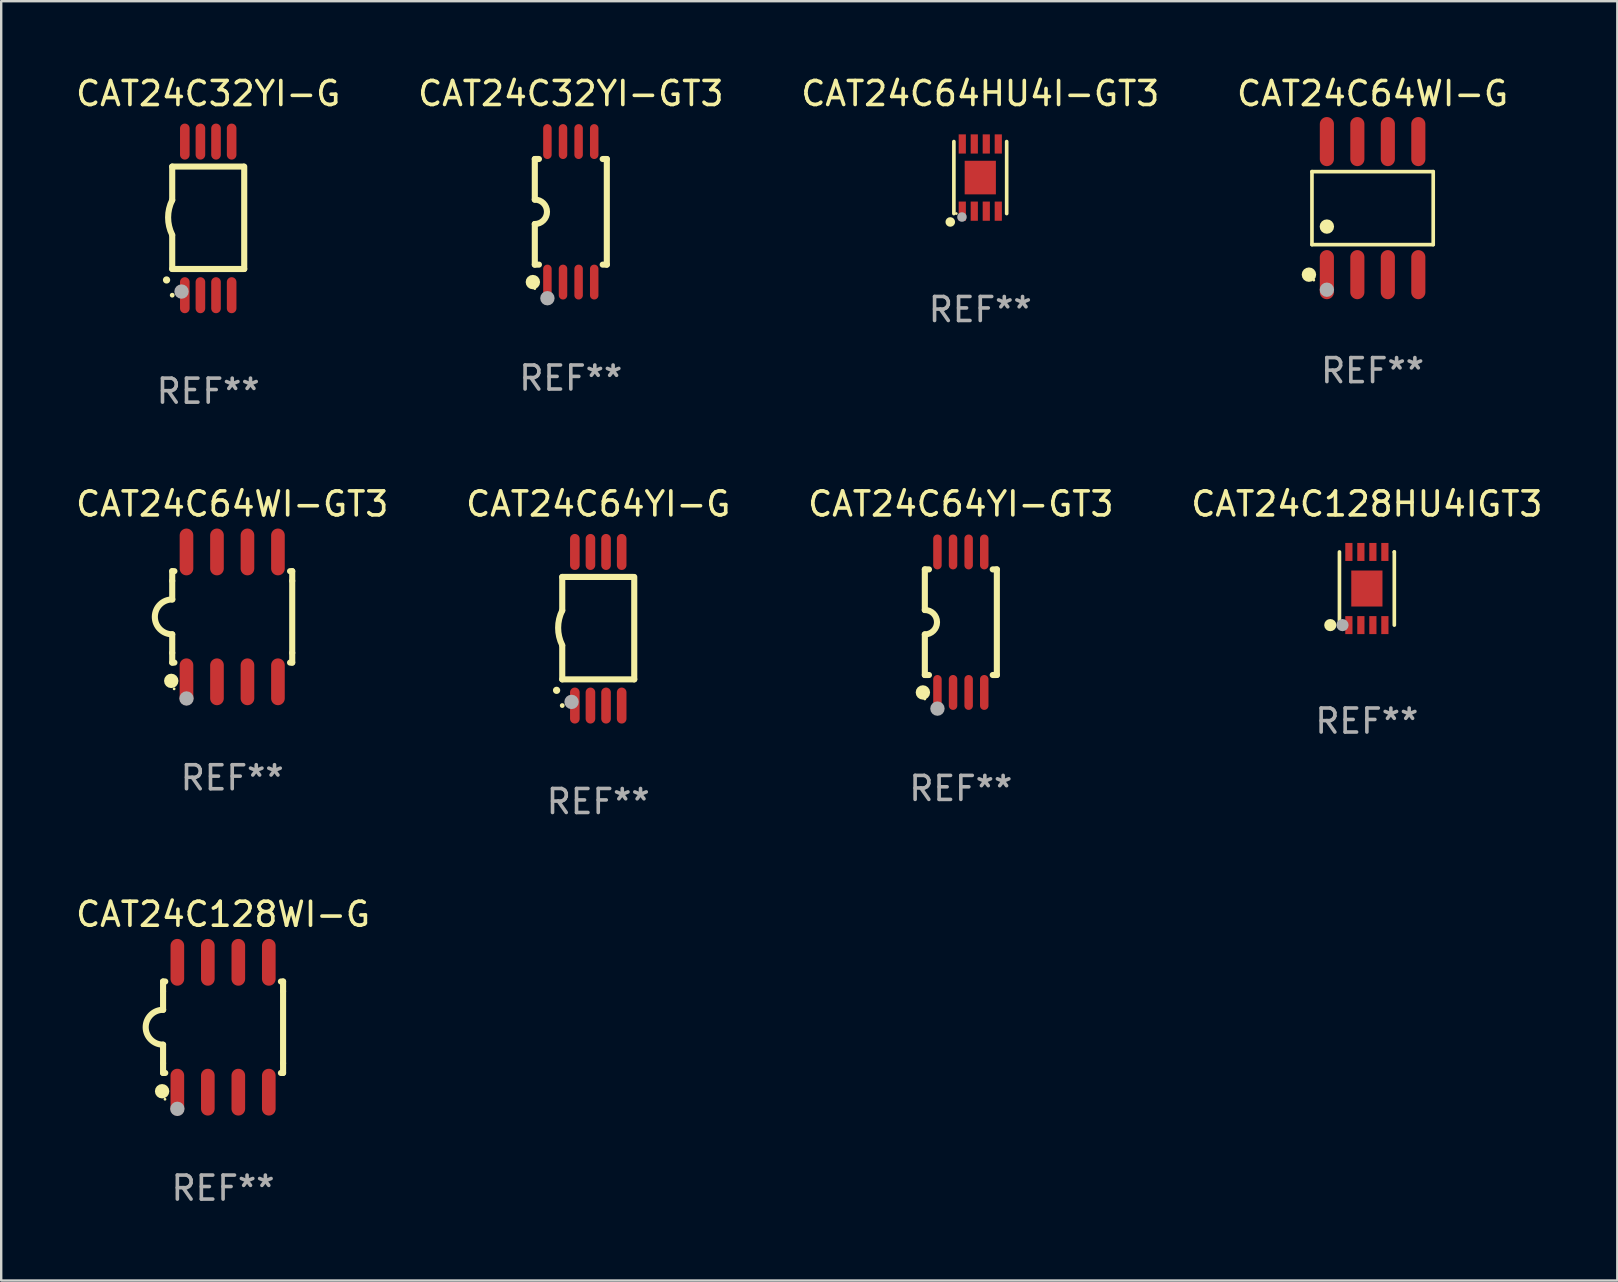
<source format=kicad_pcb>
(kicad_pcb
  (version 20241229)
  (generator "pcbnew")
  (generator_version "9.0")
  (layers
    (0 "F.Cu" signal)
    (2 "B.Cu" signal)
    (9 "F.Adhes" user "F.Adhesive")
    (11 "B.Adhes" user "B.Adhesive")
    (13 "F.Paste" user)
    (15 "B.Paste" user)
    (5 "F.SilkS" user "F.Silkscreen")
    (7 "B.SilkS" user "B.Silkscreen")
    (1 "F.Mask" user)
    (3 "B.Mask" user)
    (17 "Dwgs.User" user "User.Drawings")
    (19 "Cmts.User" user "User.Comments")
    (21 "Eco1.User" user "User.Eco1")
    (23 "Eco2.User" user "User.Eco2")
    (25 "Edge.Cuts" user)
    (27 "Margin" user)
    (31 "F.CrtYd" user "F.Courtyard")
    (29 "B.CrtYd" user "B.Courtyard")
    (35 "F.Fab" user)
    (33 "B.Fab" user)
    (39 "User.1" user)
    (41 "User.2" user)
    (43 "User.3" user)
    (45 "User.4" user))
  (footprint "CAT24C64WI-GT3"
    (layer "F.Cu")
    (at 6.625 22.651)
    (property "Reference" "CAT24C64WI-GT3" (at 0 -4.705 0) (layer "F.SilkS") (effects (font (size 1 1) (thickness 0.15))))
    (attr through_hole)
    (fp_line (start -2.5 -1.905) (end -2.409 -1.905) (stroke (width 0.254) (type solid)) (layer "F.SilkS"))
    (fp_line (start -2.5 -1.5) (end -2.5 -1.905) (stroke (width 0.254) (type solid)) (layer "F.SilkS"))
    (fp_line (start -2.5 -1.5) (end -2.5 -0.726) (stroke (width 0.254) (type solid)) (layer "F.SilkS"))
    (fp_line (start -2.5 1.5) (end -2.5 0.727) (stroke (width 0.254) (type solid)) (layer "F.SilkS"))
    (fp_line (start -2.5 1.5) (end -2.5 1.905) (stroke (width 0.254) (type solid)) (layer "F.SilkS"))
    (fp_line (start -2.5 1.905) (end -2.409 1.905) (stroke (width 0.254) (type solid)) (layer "F.SilkS"))
    (fp_line (start 2.5 -1.905) (end 2.409 -1.905) (stroke (width 0.254) (type solid)) (layer "F.SilkS"))
    (fp_line (start 2.5 -1.5) (end 2.5 -1.905) (stroke (width 0.254) (type solid)) (layer "F.SilkS"))
    (fp_line (start 2.5 -1.5) (end 2.5 1.5) (stroke (width 0.254) (type solid)) (layer "F.SilkS"))
    (fp_line (start 2.5 1.5) (end 2.5 1.905) (stroke (width 0.254) (type solid)) (layer "F.SilkS"))
    (fp_line (start 2.5 1.905) (end 2.409 1.905) (stroke (width 0.254) (type solid)) (layer "F.SilkS"))
    (fp_arc (start -2.5 0.726568) (mid -3.220316 -0.0023) (end -2.495097 -0.726289) (stroke (width 0.254001) (type solid)) (layer "F.SilkS"))
    (fp_circle (center -2.54 2.667) (end -2.39 2.667) (stroke (width 0.3) (type solid)) (fill no) (layer "F.SilkS"))
    (fp_circle (center -2.42 3) (end -2.39 3) (stroke (width 0.06) (type solid)) (fill no) (layer "F.SilkS"))
    (fp_circle (center -1.905 3.4) (end -1.755 3.4) (stroke (width 0.3) (type solid)) (fill no) (layer "F.Fab"))
    (fp_text user "REF**" (at 0 6.705 0) (layer "F.Fab") (effects (font (size 1 1) (thickness 0.15))))
    (pad "1" smd oval (at -1.905 2.705) (size 0.568 1.95) (layers "F.Cu" "F.Mask" "F.Paste"))
    (pad "2" smd oval (at -0.635 2.705) (size 0.568 1.95) (layers "F.Cu" "F.Mask" "F.Paste"))
    (pad "3" smd oval (at 0.635 2.705) (size 0.568 1.95) (layers "F.Cu" "F.Mask" "F.Paste"))
    (pad "4" smd oval (at 1.905 2.705) (size 0.568 1.95) (layers "F.Cu" "F.Mask" "F.Paste"))
    (pad "5" smd oval (at 1.905 -2.705) (size 0.568 1.95) (layers "F.Cu" "F.Mask" "F.Paste"))
    (pad "6" smd oval (at 0.635 -2.705) (size 0.568 1.95) (layers "F.Cu" "F.Mask" "F.Paste"))
    (pad "7" smd oval (at -0.635 -2.705) (size 0.568 1.95) (layers "F.Cu" "F.Mask" "F.Paste"))
    (pad "8" smd oval (at -1.905 -2.705) (size 0.568 1.95) (layers "F.Cu" "F.Mask" "F.Paste")))
  (footprint "CAT24C128HU4IGT3"
    (layer "F.Cu")
    (at 53.899 21.47)
    (property "Reference" "CAT24C128HU4IGT3" (at 0 -3.524 0) (layer "F.SilkS") (effects (font (size 1 1) (thickness 0.15))))
    (attr through_hole)
    (fp_line (start -1.143 1.524) (end -1.143 1.524) (stroke (width 0.152) (type solid)) (layer "F.SilkS"))
    (fp_line (start -1.143 1.524) (end -1.143 -1.524) (stroke (width 0.152) (type solid)) (layer "F.SilkS"))
    (fp_line (start 1.143 -1.524) (end 1.143 1.524) (stroke (width 0.152) (type solid)) (layer "F.SilkS"))
    (fp_line (start 1.143 -1.524) (end 1.143 -1.524) (stroke (width 0.152) (type solid)) (layer "F.SilkS"))
    (fp_circle (center -1.524 1.524) (end -1.397 1.524) (stroke (width 0.254) (type solid)) (fill no) (layer "F.SilkS"))
    (fp_circle (center -1 1.5) (end -0.97 1.5) (stroke (width 0.06) (type solid)) (fill no) (layer "F.SilkS"))
    (fp_circle (center -1.016 1.524) (end -0.889 1.524) (stroke (width 0.254) (type solid)) (fill no) (layer "F.Fab"))
    (fp_text user "REF**" (at 0 5.524 0) (layer "F.Fab") (effects (font (size 1 1) (thickness 0.15))))
    (pad "1" smd rect (at -0.75 1.524) (size 0.3 0.75) (layers "F.Cu" "F.Mask" "F.Paste"))
    (pad "2" smd rect (at -0.25 1.524) (size 0.3 0.75) (layers "F.Cu" "F.Mask" "F.Paste"))
    (pad "3" smd rect (at 0.25 1.524) (size 0.3 0.75) (layers "F.Cu" "F.Mask" "F.Paste"))
    (pad "4" smd rect (at 0.75 1.524) (size 0.3 0.75) (layers "F.Cu" "F.Mask" "F.Paste"))
    (pad "5" smd rect (at 0.75 -1.524) (size 0.3 0.75) (layers "F.Cu" "F.Mask" "F.Paste"))
    (pad "6" smd rect (at 0.25 -1.524) (size 0.3 0.75) (layers "F.Cu" "F.Mask" "F.Paste"))
    (pad "7" smd rect (at -0.25 -1.524) (size 0.3 0.75) (layers "F.Cu" "F.Mask" "F.Paste"))
    (pad "8" smd rect (at -0.75 -1.524) (size 0.3 0.75) (layers "F.Cu" "F.Mask" "F.Paste"))
    (pad "9" smd rect (at -0.000254 0) (size 1.3 1.5) (layers "F.Cu" "F.Mask" "F.Paste")))
  (footprint "CAT24C64YI-G"
    (layer "F.Cu")
    (at 21.875 23.146)
    (property "Reference" "CAT24C64YI-G" (at 0 -5.2 0) (layer "F.SilkS") (effects (font (size 1 1) (thickness 0.15))))
    (attr through_hole)
    (fp_line (start -1.5 -0.762) (end -1.5 -2.159) (stroke (width 0.254) (type solid)) (layer "F.SilkS"))
    (fp_line (start -1.5 2.108) (end -1.5 0.711) (stroke (width 0.254) (type solid)) (layer "F.SilkS"))
    (fp_line (start -1.5 2.108) (end 1.5 2.108) (stroke (width 0.254) (type solid)) (layer "F.SilkS"))
    (fp_line (start 1.463 -2.159) (end -1.5 -2.159) (stroke (width 0.254) (type solid)) (layer "F.SilkS"))
    (fp_line (start 1.5 2.108) (end 1.5 -2.159) (stroke (width 0.254) (type solid)) (layer "F.SilkS"))
    (fp_arc (start -1.737287 2.565405) (mid -1.736017 2.5654) (end -1.734747 2.565405) (stroke (width 0.3) (type solid)) (layer "F.SilkS"))
    (fp_arc (start -1.500076 0.685801) (mid -1.670966 -0.0381) (end -1.500076 -0.762002) (stroke (width 0.254001) (type solid)) (layer "F.SilkS"))
    (fp_circle (center -1.5 3.2) (end -1.45 3.2) (stroke (width 0.1) (type solid)) (fill no) (layer "F.SilkS"))
    (fp_circle (center -1.112 3.048) (end -0.962 3.048) (stroke (width 0.3) (type solid)) (fill no) (layer "F.Fab"))
    (fp_text user "REF**" (at 0 7.2 0) (layer "F.Fab") (effects (font (size 1 1) (thickness 0.15))))
    (pad "1" smd oval (at -0.975 3.2 180) (size 0.4 1.5) (layers "F.Cu" "F.Mask" "F.Paste"))
    (pad "2" smd oval (at -0.325 3.2 180) (size 0.4 1.5) (layers "F.Cu" "F.Mask" "F.Paste"))
    (pad "3" smd oval (at 0.325 3.2 180) (size 0.4 1.5) (layers "F.Cu" "F.Mask" "F.Paste"))
    (pad "4" smd oval (at 0.976 3.2 180) (size 0.4 1.5) (layers "F.Cu" "F.Mask" "F.Paste"))
    (pad "5" smd oval (at 0.976 -3.2 180) (size 0.4 1.5) (layers "F.Cu" "F.Mask" "F.Paste"))
    (pad "6" smd oval (at 0.325 -3.2 180) (size 0.4 1.5) (layers "F.Cu" "F.Mask" "F.Paste"))
    (pad "7" smd oval (at -0.325 -3.2 180) (size 0.4 1.5) (layers "F.Cu" "F.Mask" "F.Paste"))
    (pad "8" smd oval (at -0.975 -3.2 180) (size 0.4 1.5) (layers "F.Cu" "F.Mask" "F.Paste")))
  (footprint "CAT24C32YI-G"
    (layer "F.Cu")
    (at 5.625 6.049)
    (property "Reference" "CAT24C32YI-G" (at 0 -5.2 0) (layer "F.SilkS") (effects (font (size 1 1) (thickness 0.15))))
    (attr through_hole)
    (fp_line (start -1.5 -0.762) (end -1.5 -2.159) (stroke (width 0.254) (type solid)) (layer "F.SilkS"))
    (fp_line (start -1.5 2.108) (end -1.5 0.711) (stroke (width 0.254) (type solid)) (layer "F.SilkS"))
    (fp_line (start -1.5 2.108) (end 1.5 2.108) (stroke (width 0.254) (type solid)) (layer "F.SilkS"))
    (fp_line (start 1.463 -2.159) (end -1.5 -2.159) (stroke (width 0.254) (type solid)) (layer "F.SilkS"))
    (fp_line (start 1.5 2.108) (end 1.5 -2.159) (stroke (width 0.254) (type solid)) (layer "F.SilkS"))
    (fp_arc (start -1.737287 2.565405) (mid -1.736017 2.5654) (end -1.734747 2.565405) (stroke (width 0.3) (type solid)) (layer "F.SilkS"))
    (fp_arc (start -1.500076 0.685801) (mid -1.670966 -0.0381) (end -1.500076 -0.762002) (stroke (width 0.254001) (type solid)) (layer "F.SilkS"))
    (fp_circle (center -1.5 3.2) (end -1.45 3.2) (stroke (width 0.1) (type solid)) (fill no) (layer "F.SilkS"))
    (fp_circle (center -1.112 3.048) (end -0.962 3.048) (stroke (width 0.3) (type solid)) (fill no) (layer "F.Fab"))
    (fp_text user "REF**" (at 0 7.2 0) (layer "F.Fab") (effects (font (size 1 1) (thickness 0.15))))
    (pad "1" smd oval (at -0.975 3.2 180) (size 0.4 1.5) (layers "F.Cu" "F.Mask" "F.Paste"))
    (pad "2" smd oval (at -0.325 3.2 180) (size 0.4 1.5) (layers "F.Cu" "F.Mask" "F.Paste"))
    (pad "3" smd oval (at 0.325 3.2 180) (size 0.4 1.5) (layers "F.Cu" "F.Mask" "F.Paste"))
    (pad "4" smd oval (at 0.976 3.2 180) (size 0.4 1.5) (layers "F.Cu" "F.Mask" "F.Paste"))
    (pad "5" smd oval (at 0.976 -3.2 180) (size 0.4 1.5) (layers "F.Cu" "F.Mask" "F.Paste"))
    (pad "6" smd oval (at 0.325 -3.2 180) (size 0.4 1.5) (layers "F.Cu" "F.Mask" "F.Paste"))
    (pad "7" smd oval (at -0.325 -3.2 180) (size 0.4 1.5) (layers "F.Cu" "F.Mask" "F.Paste"))
    (pad "8" smd oval (at -0.975 -3.2 180) (size 0.4 1.5) (layers "F.Cu" "F.Mask" "F.Paste")))
  (footprint "CAT24C32YI-GT3"
    (layer "F.Cu")
    (at 20.732 5.775)
    (property "Reference" "CAT24C32YI-GT3" (at 0 -4.927 0) (layer "F.SilkS") (effects (font (size 1 1) (thickness 0.15))))
    (attr through_hole)
    (fp_line (start -1.5 -2.2) (end -1.5 -0.508) (stroke (width 0.254) (type solid)) (layer "F.SilkS"))
    (fp_line (start -1.5 -2.2) (end -1.328 -2.2) (stroke (width 0.254) (type solid)) (layer "F.SilkS"))
    (fp_line (start -1.5 2.2) (end -1.5 0.508) (stroke (width 0.254) (type solid)) (layer "F.SilkS"))
    (fp_line (start -1.5 2.2) (end -1.328 2.2) (stroke (width 0.254) (type solid)) (layer "F.SilkS"))
    (fp_line (start 1.328 -2.2) (end 1.5 -2.2) (stroke (width 0.254) (type solid)) (layer "F.SilkS"))
    (fp_line (start 1.328 2.2) (end 1.5 2.2) (stroke (width 0.254) (type solid)) (layer "F.SilkS"))
    (fp_line (start 1.5 -2.2) (end 1.5 2.2) (stroke (width 0.254) (type solid)) (layer "F.SilkS"))
    (fp_arc (start -1.501144 -0.508) (mid -0.993143 -0.000571) (end -1.5 0.508001) (stroke (width 0.254001) (type solid)) (layer "F.SilkS"))
    (fp_circle (center -1.581 2.927) (end -1.431 2.927) (stroke (width 0.3) (type solid)) (fill no) (layer "F.SilkS"))
    (fp_circle (center -1.5 3.2) (end -1.47 3.2) (stroke (width 0.06) (type solid)) (fill no) (layer "F.SilkS"))
    (fp_circle (center -0.975 3.6) (end -0.825 3.6) (stroke (width 0.3) (type solid)) (fill no) (layer "F.Fab"))
    (fp_text user "REF**" (at 0 6.927 0) (layer "F.Fab") (effects (font (size 1 1) (thickness 0.15))))
    (pad "1" smd oval (at -0.975 2.927) (size 0.353 1.454) (layers "F.Cu" "F.Mask" "F.Paste"))
    (pad "2" smd oval (at -0.325 2.927) (size 0.353 1.454) (layers "F.Cu" "F.Mask" "F.Paste"))
    (pad "3" smd oval (at 0.325 2.927) (size 0.353 1.454) (layers "F.Cu" "F.Mask" "F.Paste"))
    (pad "4" smd oval (at 0.975 2.927) (size 0.353 1.454) (layers "F.Cu" "F.Mask" "F.Paste"))
    (pad "5" smd oval (at 0.975 -2.927) (size 0.353 1.454) (layers "F.Cu" "F.Mask" "F.Paste"))
    (pad "6" smd oval (at 0.325 -2.927) (size 0.353 1.454) (layers "F.Cu" "F.Mask" "F.Paste"))
    (pad "7" smd oval (at -0.325 -2.927) (size 0.353 1.454) (layers "F.Cu" "F.Mask" "F.Paste"))
    (pad "8" smd oval (at -0.975 -2.927) (size 0.353 1.454) (layers "F.Cu" "F.Mask" "F.Paste")))
  (footprint "CAT24C64WI-G"
    (layer "F.Cu")
    (at 54.137 5.621)
    (property "Reference" "CAT24C64WI-G" (at 0 -4.772 0) (layer "F.SilkS") (effects (font (size 1 1) (thickness 0.15))))
    (attr through_hole)
    (fp_line (start -2.526 -1.521) (end 2.526 -1.521) (stroke (width 0.152) (type solid)) (layer "F.SilkS"))
    (fp_line (start -2.526 1.521) (end -2.526 -1.521) (stroke (width 0.152) (type solid)) (layer "F.SilkS"))
    (fp_line (start 2.526 -1.521) (end 2.526 1.521) (stroke (width 0.152) (type solid)) (layer "F.SilkS"))
    (fp_line (start 2.526 1.521) (end -2.526 1.521) (stroke (width 0.152) (type solid)) (layer "F.SilkS"))
    (fp_circle (center -2.652 2.772) (end -2.501 2.772) (stroke (width 0.3) (type solid)) (fill no) (layer "F.SilkS"))
    (fp_circle (center -2.45 3) (end -2.42 3) (stroke (width 0.06) (type solid)) (fill no) (layer "F.SilkS"))
    (fp_circle (center -1.905 0.769) (end -1.755 0.769) (stroke (width 0.3) (type solid)) (fill no) (layer "F.SilkS"))
    (fp_circle (center -1.905 3.4) (end -1.755 3.4) (stroke (width 0.3) (type solid)) (fill no) (layer "F.Fab"))
    (fp_text user "REF**" (at 0 6.772 0) (layer "F.Fab") (effects (font (size 1 1) (thickness 0.15))))
    (pad "1" smd oval (at -1.905 2.772) (size 0.588 2.045) (layers "F.Cu" "F.Mask" "F.Paste"))
    (pad "2" smd oval (at -0.635 2.772) (size 0.588 2.045) (layers "F.Cu" "F.Mask" "F.Paste"))
    (pad "3" smd oval (at 0.635 2.772) (size 0.588 2.045) (layers "F.Cu" "F.Mask" "F.Paste"))
    (pad "4" smd oval (at 1.905 2.772) (size 0.588 2.045) (layers "F.Cu" "F.Mask" "F.Paste"))
    (pad "5" smd oval (at 1.905 -2.772) (size 0.588 2.045) (layers "F.Cu" "F.Mask" "F.Paste"))
    (pad "6" smd oval (at 0.635 -2.772) (size 0.588 2.045) (layers "F.Cu" "F.Mask" "F.Paste"))
    (pad "7" smd oval (at -0.635 -2.772) (size 0.588 2.045) (layers "F.Cu" "F.Mask" "F.Paste"))
    (pad "8" smd oval (at -1.905 -2.772) (size 0.588 2.045) (layers "F.Cu" "F.Mask" "F.Paste")))
  (footprint "CAT24C64YI-GT3"
    (layer "F.Cu")
    (at 36.982 22.873)
    (property "Reference" "CAT24C64YI-GT3" (at 0 -4.927 0) (layer "F.SilkS") (effects (font (size 1 1) (thickness 0.15))))
    (attr through_hole)
    (fp_line (start -1.5 -2.2) (end -1.5 -0.508) (stroke (width 0.254) (type solid)) (layer "F.SilkS"))
    (fp_line (start -1.5 -2.2) (end -1.328 -2.2) (stroke (width 0.254) (type solid)) (layer "F.SilkS"))
    (fp_line (start -1.5 2.2) (end -1.5 0.508) (stroke (width 0.254) (type solid)) (layer "F.SilkS"))
    (fp_line (start -1.5 2.2) (end -1.328 2.2) (stroke (width 0.254) (type solid)) (layer "F.SilkS"))
    (fp_line (start 1.328 -2.2) (end 1.5 -2.2) (stroke (width 0.254) (type solid)) (layer "F.SilkS"))
    (fp_line (start 1.328 2.2) (end 1.5 2.2) (stroke (width 0.254) (type solid)) (layer "F.SilkS"))
    (fp_line (start 1.5 -2.2) (end 1.5 2.2) (stroke (width 0.254) (type solid)) (layer "F.SilkS"))
    (fp_arc (start -1.501144 -0.508) (mid -0.993143 -0.000571) (end -1.5 0.508001) (stroke (width 0.254001) (type solid)) (layer "F.SilkS"))
    (fp_circle (center -1.581 2.927) (end -1.431 2.927) (stroke (width 0.3) (type solid)) (fill no) (layer "F.SilkS"))
    (fp_circle (center -1.5 3.2) (end -1.47 3.2) (stroke (width 0.06) (type solid)) (fill no) (layer "F.SilkS"))
    (fp_circle (center -0.975 3.6) (end -0.825 3.6) (stroke (width 0.3) (type solid)) (fill no) (layer "F.Fab"))
    (fp_text user "REF**" (at 0 6.927 0) (layer "F.Fab") (effects (font (size 1 1) (thickness 0.15))))
    (pad "1" smd oval (at -0.975 2.927) (size 0.353 1.454) (layers "F.Cu" "F.Mask" "F.Paste"))
    (pad "2" smd oval (at -0.325 2.927) (size 0.353 1.454) (layers "F.Cu" "F.Mask" "F.Paste"))
    (pad "3" smd oval (at 0.325 2.927) (size 0.353 1.454) (layers "F.Cu" "F.Mask" "F.Paste"))
    (pad "4" smd oval (at 0.975 2.927) (size 0.353 1.454) (layers "F.Cu" "F.Mask" "F.Paste"))
    (pad "5" smd oval (at 0.975 -2.927) (size 0.353 1.454) (layers "F.Cu" "F.Mask" "F.Paste"))
    (pad "6" smd oval (at 0.325 -2.927) (size 0.353 1.454) (layers "F.Cu" "F.Mask" "F.Paste"))
    (pad "7" smd oval (at -0.325 -2.927) (size 0.353 1.454) (layers "F.Cu" "F.Mask" "F.Paste"))
    (pad "8" smd oval (at -0.975 -2.927) (size 0.353 1.454) (layers "F.Cu" "F.Mask" "F.Paste")))
  (footprint "CAT24C64HU4I-GT3"
    (layer "F.Cu")
    (at 37.792 4.348)
    (property "Reference" "CAT24C64HU4I-GT3" (at 0 -3.5 0) (layer "F.SilkS") (effects (font (size 1 1) (thickness 0.15))))
    (attr through_hole)
    (fp_line (start -1.1 1.5) (end -1.1 -1.5) (stroke (width 0.152) (type solid)) (layer "F.SilkS"))
    (fp_line (start 1.1 -1.5) (end 1.1 1.5) (stroke (width 0.152) (type solid)) (layer "F.SilkS"))
    (fp_circle (center -1.25 1.85) (end -1.15 1.85) (stroke (width 0.2) (type solid)) (fill no) (layer "F.SilkS"))
    (fp_circle (center -1 1.5) (end -0.97 1.5) (stroke (width 0.06) (type solid)) (fill no) (layer "F.SilkS"))
    (fp_circle (center -0.763 1.644) (end -0.663 1.644) (stroke (width 0.2) (type solid)) (fill no) (layer "F.Fab"))
    (fp_text user "REF**" (at 0 5.5 0) (layer "F.Fab") (effects (font (size 1 1) (thickness 0.15))))
    (pad "1" smd rect (at -0.75 1.4 180) (size 0.3 0.8) (layers "F.Cu" "F.Mask" "F.Paste"))
    (pad "2" smd rect (at -0.25 1.4) (size 0.3 0.8) (layers "F.Cu" "F.Mask" "F.Paste"))
    (pad "3" smd rect (at 0.25 1.4) (size 0.3 0.8) (layers "F.Cu" "F.Mask" "F.Paste"))
    (pad "4" smd rect (at 0.75 1.4) (size 0.3 0.8) (layers "F.Cu" "F.Mask" "F.Paste"))
    (pad "5" smd rect (at 0.75 -1.4) (size 0.3 0.8) (layers "F.Cu" "F.Mask" "F.Paste"))
    (pad "6" smd rect (at 0.25 -1.4) (size 0.3 0.8) (layers "F.Cu" "F.Mask" "F.Paste"))
    (pad "7" smd rect (at -0.25 -1.4) (size 0.3 0.8) (layers "F.Cu" "F.Mask" "F.Paste"))
    (pad "8" smd rect (at -0.75 -1.4) (size 0.3 0.8) (layers "F.Cu" "F.Mask" "F.Paste"))
    (pad "9" smd rect (at 0 0 180) (size 1.3 1.4) (layers "F.Cu" "F.Mask" "F.Paste")))
  (footprint "CAT24C128WI-G"
    (layer "F.Cu")
    (at 6.244 39.748)
    (property "Reference" "CAT24C128WI-G" (at 0 -4.705 0) (layer "F.SilkS") (effects (font (size 1 1) (thickness 0.15))))
    (attr through_hole)
    (fp_line (start -2.5 -1.905) (end -2.409 -1.905) (stroke (width 0.254) (type solid)) (layer "F.SilkS"))
    (fp_line (start -2.5 -1.5) (end -2.5 -1.905) (stroke (width 0.254) (type solid)) (layer "F.SilkS"))
    (fp_line (start -2.5 -1.5) (end -2.5 -0.726) (stroke (width 0.254) (type solid)) (layer "F.SilkS"))
    (fp_line (start -2.5 1.5) (end -2.5 0.727) (stroke (width 0.254) (type solid)) (layer "F.SilkS"))
    (fp_line (start -2.5 1.5) (end -2.5 1.905) (stroke (width 0.254) (type solid)) (layer "F.SilkS"))
    (fp_line (start -2.5 1.905) (end -2.409 1.905) (stroke (width 0.254) (type solid)) (layer "F.SilkS"))
    (fp_line (start 2.5 -1.905) (end 2.409 -1.905) (stroke (width 0.254) (type solid)) (layer "F.SilkS"))
    (fp_line (start 2.5 -1.5) (end 2.5 -1.905) (stroke (width 0.254) (type solid)) (layer "F.SilkS"))
    (fp_line (start 2.5 -1.5) (end 2.5 1.5) (stroke (width 0.254) (type solid)) (layer "F.SilkS"))
    (fp_line (start 2.5 1.5) (end 2.5 1.905) (stroke (width 0.254) (type solid)) (layer "F.SilkS"))
    (fp_line (start 2.5 1.905) (end 2.409 1.905) (stroke (width 0.254) (type solid)) (layer "F.SilkS"))
    (fp_arc (start -2.5 0.726568) (mid -3.220316 -0.0023) (end -2.495097 -0.726289) (stroke (width 0.254001) (type solid)) (layer "F.SilkS"))
    (fp_circle (center -2.54 2.667) (end -2.39 2.667) (stroke (width 0.3) (type solid)) (fill no) (layer "F.SilkS"))
    (fp_circle (center -2.42 3) (end -2.39 3) (stroke (width 0.06) (type solid)) (fill no) (layer "F.SilkS"))
    (fp_circle (center -1.905 3.4) (end -1.755 3.4) (stroke (width 0.3) (type solid)) (fill no) (layer "F.Fab"))
    (fp_text user "REF**" (at 0 6.705 0) (layer "F.Fab") (effects (font (size 1 1) (thickness 0.15))))
    (pad "1" smd oval (at -1.905 2.705) (size 0.568 1.95) (layers "F.Cu" "F.Mask" "F.Paste"))
    (pad "2" smd oval (at -0.635 2.705) (size 0.568 1.95) (layers "F.Cu" "F.Mask" "F.Paste"))
    (pad "3" smd oval (at 0.635 2.705) (size 0.568 1.95) (layers "F.Cu" "F.Mask" "F.Paste"))
    (pad "4" smd oval (at 1.905 2.705) (size 0.568 1.95) (layers "F.Cu" "F.Mask" "F.Paste"))
    (pad "5" smd oval (at 1.905 -2.705) (size 0.568 1.95) (layers "F.Cu" "F.Mask" "F.Paste"))
    (pad "6" smd oval (at 0.635 -2.705) (size 0.568 1.95) (layers "F.Cu" "F.Mask" "F.Paste"))
    (pad "7" smd oval (at -0.635 -2.705) (size 0.568 1.95) (layers "F.Cu" "F.Mask" "F.Paste"))
    (pad "8" smd oval (at -1.905 -2.705) (size 0.568 1.95) (layers "F.Cu" "F.Mask" "F.Paste")))
  (gr_rect
    (start -3 -3)
    (end 64.333 50.301)
    (stroke (width 0.1) (type default))
    (fill no)
    (layer "Edge.Cuts")))
</source>
